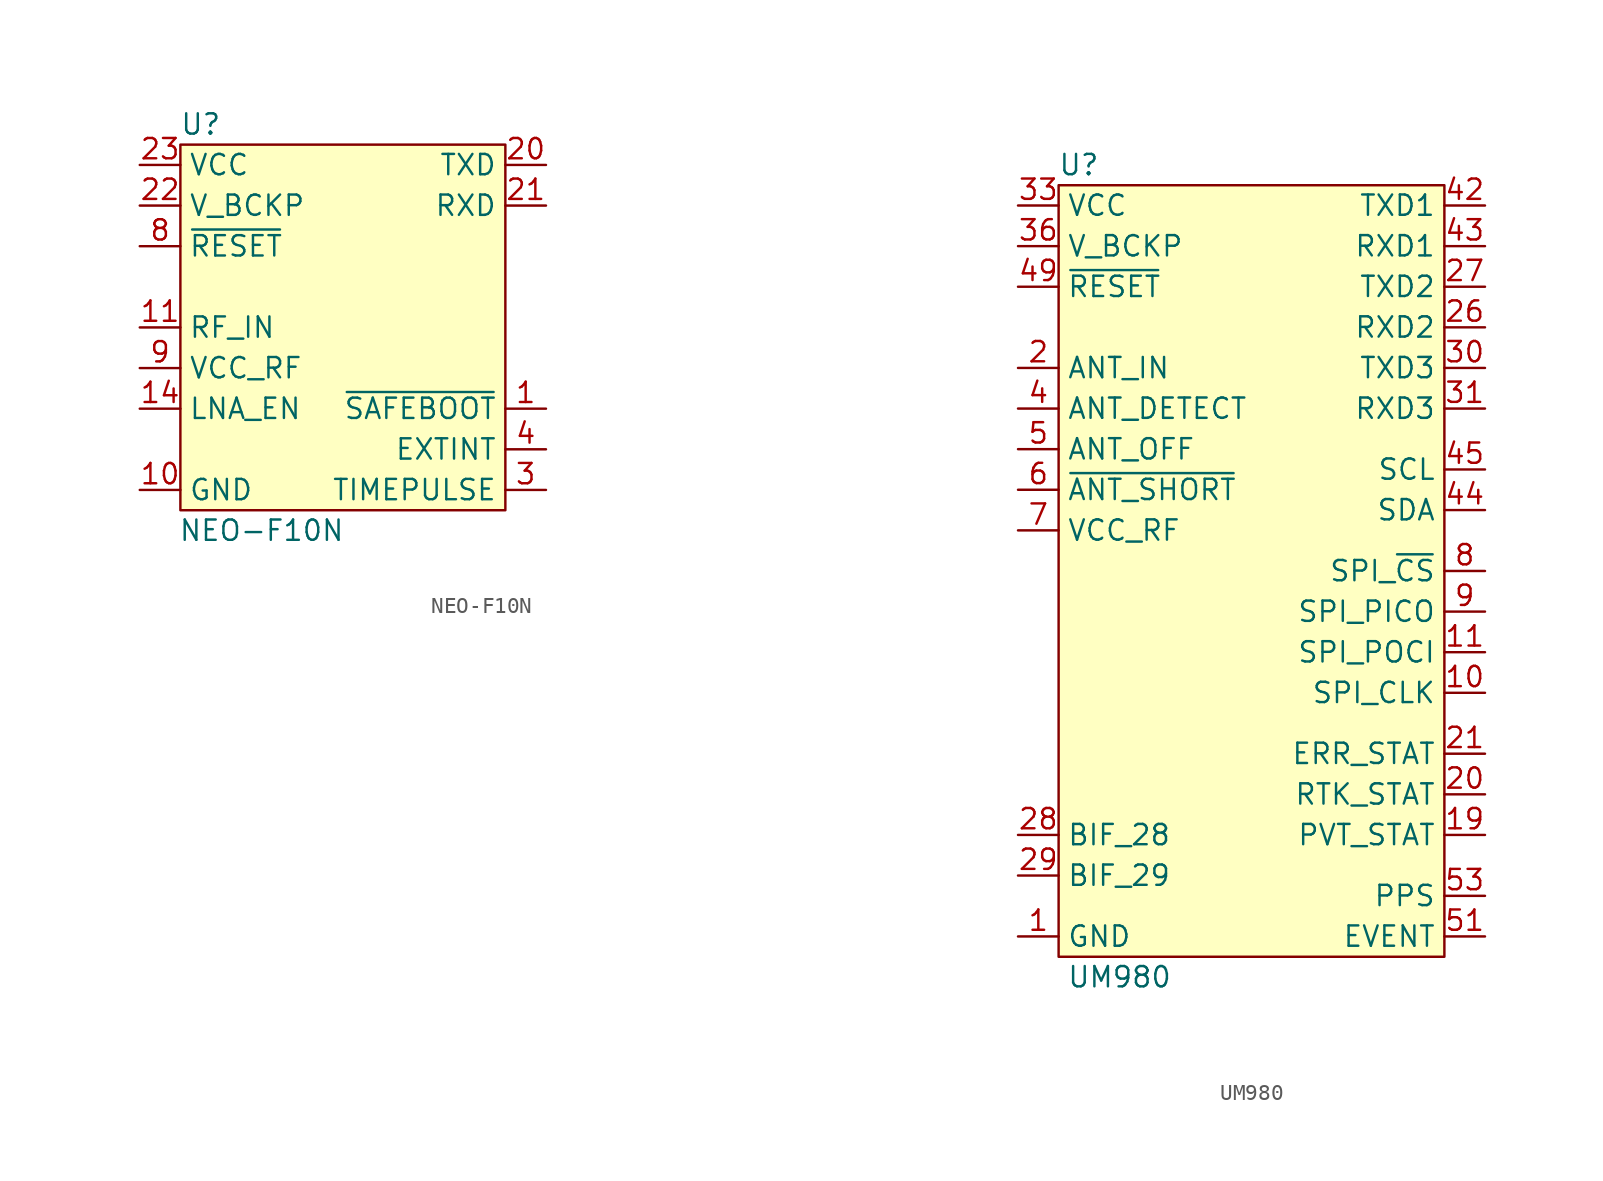
<source format=kicad_sym>
(kicad_symbol_lib
  (version 20241209)
  (generator "kicad_symbol_editor")
  (generator_version "9.0")
  (symbol "NEO-F10N"
    (property "Reference" "U"
      (at -8.89 12.7 0)
      (effects (font (size 1.27 1.27))))
    (property "Value" "NEO-F10N"
      (at -5.08 -12.7 0)
      (effects (font (size 1.27 1.27))))
    (symbol "NEO-F10N_1_0"
      (pin input line (at 12.7 -5.08 180) (length 2.54) (name "~{SAFEBOOT}" (effects (font (size 1.27 1.27)))) (number "1" (effects (font (size 1.27 1.27)))))
      (pin input line (at 12.7 -7.62 180) (length 2.54) (name "EXTINT" (effects (font (size 1.27 1.27)))) (number "4" (effects (font (size 1.27 1.27)))))
      (pin no_connect line (at 30.48 7.62 180) (length 2.54) (hide yes) (name "RESERVED" (effects (font (size 1.27 1.27)))) (number "5" (effects (font (size 1.27 1.27)))))
      (pin no_connect line (at 30.48 5.08 180) (length 2.54) (hide yes) (name "RESERVED" (effects (font (size 1.27 1.27)))) (number "6" (effects (font (size 1.27 1.27)))))
      (pin no_connect line (at 30.48 2.54 180) (length 2.54) (hide yes) (name "RESERVED" (effects (font (size 1.27 1.27)))) (number "7" (effects (font (size 1.27 1.27)))))
      (pin no_connect line (at 30.48 0 180) (length 2.54) (hide yes) (name "RESERVED" (effects (font (size 1.27 1.27)))) (number "15" (effects (font (size 1.27 1.27)))))
      (pin no_connect line (at 30.48 -2.54 180) (length 2.54) (hide yes) (name "RESERVED" (effects (font (size 1.27 1.27)))) (number "16" (effects (font (size 1.27 1.27)))))
      (pin no_connect line (at 30.48 -5.08 180) (length 2.54) (hide yes) (name "RESERVED" (effects (font (size 1.27 1.27)))) (number "17" (effects (font (size 1.27 1.27)))))
      (pin no_connect line (at 30.48 -7.62 180) (length 2.54) (hide yes) (name "RESERVED" (effects (font (size 1.27 1.27)))) (number "18" (effects (font (size 1.27 1.27)))))
      (pin no_connect line (at 30.48 -10.16 180) (length 2.54) (hide yes) (name "RESERVED" (effects (font (size 1.27 1.27)))) (number "19" (effects (font (size 1.27 1.27))))))
    (symbol "NEO-F10N_1_1"
      (rectangle (start -10.16 11.43) (end 10.16 -11.43) (stroke (width 0) (type default)) (fill (type background)))
      (pin power_in line (at -12.7 10.16 0) (length 2.54) (name "VCC" (effects (font (size 1.27 1.27)))) (number "23" (effects (font (size 1.27 1.27)))))
      (pin power_in line (at -12.7 7.62 0) (length 2.54) (name "V_BCKP" (effects (font (size 1.27 1.27)))) (number "22" (effects (font (size 1.27 1.27)))))
      (pin input line (at -12.7 5.08 0) (length 2.54) (name "~{RESET}" (effects (font (size 1.27 1.27)))) (number "8" (effects (font (size 1.27 1.27)))))
      (pin input line (at -12.7 0 0) (length 2.54) (name "RF_IN" (effects (font (size 1.27 1.27)))) (number "11" (effects (font (size 1.27 1.27)))))
      (pin power_out line (at -12.7 -2.54 0) (length 2.54) (name "VCC_RF" (effects (font (size 1.27 1.27)))) (number "9" (effects (font (size 1.27 1.27)))))
      (pin output line (at -12.7 -5.08 0) (length 2.54) (name "LNA_EN" (effects (font (size 1.27 1.27)))) (number "14" (effects (font (size 1.27 1.27)))))
      (pin power_in line (at -12.7 -10.16 0) (length 2.54) (name "GND" (effects (font (size 1.27 1.27)))) (number "10" (effects (font (size 1.27 1.27)))))
      (pin power_in line (at -12.7 -10.16 0) (length 2.54) (hide yes) (name "GND" (effects (font (size 1.27 1.27)))) (number "12" (effects (font (size 1.27 1.27)))))
      (pin power_in line (at -12.7 -10.16 0) (length 2.54) (hide yes) (name "GND" (effects (font (size 1.27 1.27)))) (number "13" (effects (font (size 1.27 1.27)))))
      (pin power_in line (at -12.7 -10.16 0) (length 2.54) (hide yes) (name "GND" (effects (font (size 1.27 1.27)))) (number "24" (effects (font (size 1.27 1.27)))))
      (pin output line (at 12.7 10.16 180) (length 2.54) (name "TXD" (effects (font (size 1.27 1.27)))) (number "20" (effects (font (size 1.27 1.27)))))
      (pin input line (at 12.7 7.62 180) (length 2.54) (name "RXD" (effects (font (size 1.27 1.27)))) (number "21" (effects (font (size 1.27 1.27)))))
      (pin output line (at 12.7 -10.16 180) (length 2.54) (name "TIMEPULSE" (effects (font (size 1.27 1.27)))) (number "3" (effects (font (size 1.27 1.27)))))
      (pin no_connect line (at 30.48 10.16 180) (length 2.54) (hide yes) (name "RESERVED" (effects (font (size 1.27 1.27)))) (number "2" (effects (font (size 1.27 1.27)))))))
  (symbol "UM980"
    (property "Reference" "U"
      (at -11.43 24.13 0)
      (effects (font (size 1.27 1.27))))
    (property "Value" "UM980"
      (at -8.89 -26.67 0)
      (effects (font (size 1.27 1.27))))
    (symbol "UM980_1_1"
      (rectangle (start -12.7 22.86) (end 11.43 -25.4) (stroke (width 0) (type default)) (fill (type background)))
      (pin power_in line (at -15.24 21.59 0) (length 2.54) (name "VCC" (effects (font (size 1.27 1.27)))) (number "33" (effects (font (size 1.27 1.27)))))
      (pin power_in line (at -15.24 21.59 0) (length 2.54) (hide yes) (name "VCC" (effects (font (size 1.27 1.27)))) (number "34" (effects (font (size 1.27 1.27)))))
      (pin power_in line (at -15.24 19.05 0) (length 2.54) (name "V_BCKP" (effects (font (size 1.27 1.27)))) (number "36" (effects (font (size 1.27 1.27)))))
      (pin bidirectional line (at -15.24 16.51 0) (length 2.54) (name "~{RESET}" (effects (font (size 1.27 1.27)))) (number "49" (effects (font (size 1.27 1.27)))))
      (pin input line (at -15.24 11.43 0) (length 2.54) (name "ANT_IN" (effects (font (size 1.27 1.27)))) (number "2" (effects (font (size 1.27 1.27)))))
      (pin input line (at -15.24 8.89 0) (length 2.54) (name "ANT_DETECT" (effects (font (size 1.27 1.27)))) (number "4" (effects (font (size 1.27 1.27)))))
      (pin output line (at -15.24 6.35 0) (length 2.54) (name "ANT_OFF" (effects (font (size 1.27 1.27)))) (number "5" (effects (font (size 1.27 1.27)))))
      (pin input line (at -15.24 3.81 0) (length 2.54) (name "~{ANT_SHORT}" (effects (font (size 1.27 1.27)))) (number "6" (effects (font (size 1.27 1.27)))))
      (pin power_out line (at -15.24 1.27 0) (length 2.54) (name "VCC_RF" (effects (font (size 1.27 1.27)))) (number "7" (effects (font (size 1.27 1.27)))))
      (pin output line (at -15.24 -17.78 0) (length 2.54) (name "BIF_28" (effects (font (size 1.27 1.27)))) (number "28" (effects (font (size 1.27 1.27)))))
      (pin output line (at -15.24 -20.32 0) (length 2.54) (name "BIF_29" (effects (font (size 1.27 1.27)))) (number "29" (effects (font (size 1.27 1.27)))))
      (pin power_in line (at -15.24 -24.13 0) (length 2.54) (name "GND" (effects (font (size 1.27 1.27)))) (number "1" (effects (font (size 1.27 1.27)))))
      (pin power_in line (at -15.24 -24.13 0) (length 2.54) (hide yes) (name "GND" (effects (font (size 1.27 1.27)))) (number "100" (effects (font (size 1.27 1.27)))))
      (pin power_in line (at -15.24 -24.13 0) (length 2.54) (hide yes) (name "GND" (effects (font (size 1.27 1.27)))) (number "101" (effects (font (size 1.27 1.27)))))
      (pin power_in line (at -15.24 -24.13 0) (length 2.54) (hide yes) (name "GND" (effects (font (size 1.27 1.27)))) (number "102" (effects (font (size 1.27 1.27)))))
      (pin power_in line (at -15.24 -24.13 0) (length 2.54) (hide yes) (name "GND" (effects (font (size 1.27 1.27)))) (number "12" (effects (font (size 1.27 1.27)))))
      (pin power_in line (at -15.24 -24.13 0) (length 2.54) (hide yes) (name "GND" (effects (font (size 1.27 1.27)))) (number "14" (effects (font (size 1.27 1.27)))))
      (pin power_in line (at -15.24 -24.13 0) (length 2.54) (hide yes) (name "GND" (effects (font (size 1.27 1.27)))) (number "3" (effects (font (size 1.27 1.27)))))
      (pin power_in line (at -15.24 -24.13 0) (length 2.54) (hide yes) (name "GND" (effects (font (size 1.27 1.27)))) (number "32" (effects (font (size 1.27 1.27)))))
      (pin power_in line (at -15.24 -24.13 0) (length 2.54) (hide yes) (name "GND" (effects (font (size 1.27 1.27)))) (number "37" (effects (font (size 1.27 1.27)))))
      (pin power_in line (at -15.24 -24.13 0) (length 2.54) (hide yes) (name "GND" (effects (font (size 1.27 1.27)))) (number "41" (effects (font (size 1.27 1.27)))))
      (pin power_in line (at -15.24 -24.13 0) (length 2.54) (hide yes) (name "GND" (effects (font (size 1.27 1.27)))) (number "48" (effects (font (size 1.27 1.27)))))
      (pin power_in line (at -15.24 -24.13 0) (length 2.54) (hide yes) (name "GND" (effects (font (size 1.27 1.27)))) (number "55" (effects (font (size 1.27 1.27)))))
      (pin power_in line (at -15.24 -24.13 0) (length 2.54) (hide yes) (name "GND" (effects (font (size 1.27 1.27)))) (number "56" (effects (font (size 1.27 1.27)))))
      (pin power_in line (at -15.24 -24.13 0) (length 2.54) (hide yes) (name "GND" (effects (font (size 1.27 1.27)))) (number "57" (effects (font (size 1.27 1.27)))))
      (pin power_in line (at -15.24 -24.13 0) (length 2.54) (hide yes) (name "GND" (effects (font (size 1.27 1.27)))) (number "58" (effects (font (size 1.27 1.27)))))
      (pin power_in line (at -15.24 -24.13 0) (length 2.54) (hide yes) (name "GND" (effects (font (size 1.27 1.27)))) (number "59" (effects (font (size 1.27 1.27)))))
      (pin power_in line (at -15.24 -24.13 0) (length 2.54) (hide yes) (name "GND" (effects (font (size 1.27 1.27)))) (number "60" (effects (font (size 1.27 1.27)))))
      (pin power_in line (at -15.24 -24.13 0) (length 2.54) (hide yes) (name "GND" (effects (font (size 1.27 1.27)))) (number "61" (effects (font (size 1.27 1.27)))))
      (pin power_in line (at -15.24 -24.13 0) (length 2.54) (hide yes) (name "GND" (effects (font (size 1.27 1.27)))) (number "62" (effects (font (size 1.27 1.27)))))
      (pin power_in line (at -15.24 -24.13 0) (length 2.54) (hide yes) (name "GND" (effects (font (size 1.27 1.27)))) (number "63" (effects (font (size 1.27 1.27)))))
      (pin power_in line (at -15.24 -24.13 0) (length 2.54) (hide yes) (name "GND" (effects (font (size 1.27 1.27)))) (number "64" (effects (font (size 1.27 1.27)))))
      (pin power_in line (at -15.24 -24.13 0) (length 2.54) (hide yes) (name "GND" (effects (font (size 1.27 1.27)))) (number "65" (effects (font (size 1.27 1.27)))))
      (pin power_in line (at -15.24 -24.13 0) (length 2.54) (hide yes) (name "GND" (effects (font (size 1.27 1.27)))) (number "66" (effects (font (size 1.27 1.27)))))
      (pin power_in line (at -15.24 -24.13 0) (length 2.54) (hide yes) (name "GND" (effects (font (size 1.27 1.27)))) (number "67" (effects (font (size 1.27 1.27)))))
      (pin power_in line (at -15.24 -24.13 0) (length 2.54) (hide yes) (name "GND" (effects (font (size 1.27 1.27)))) (number "68" (effects (font (size 1.27 1.27)))))
      (pin power_in line (at -15.24 -24.13 0) (length 2.54) (hide yes) (name "GND" (effects (font (size 1.27 1.27)))) (number "69" (effects (font (size 1.27 1.27)))))
      (pin power_in line (at -15.24 -24.13 0) (length 2.54) (hide yes) (name "GND" (effects (font (size 1.27 1.27)))) (number "70" (effects (font (size 1.27 1.27)))))
      (pin power_in line (at -15.24 -24.13 0) (length 2.54) (hide yes) (name "GND" (effects (font (size 1.27 1.27)))) (number "71" (effects (font (size 1.27 1.27)))))
      (pin power_in line (at -15.24 -24.13 0) (length 2.54) (hide yes) (name "GND" (effects (font (size 1.27 1.27)))) (number "72" (effects (font (size 1.27 1.27)))))
      (pin power_in line (at -15.24 -24.13 0) (length 2.54) (hide yes) (name "GND" (effects (font (size 1.27 1.27)))) (number "73" (effects (font (size 1.27 1.27)))))
      (pin power_in line (at -15.24 -24.13 0) (length 2.54) (hide yes) (name "GND" (effects (font (size 1.27 1.27)))) (number "74" (effects (font (size 1.27 1.27)))))
      (pin power_in line (at -15.24 -24.13 0) (length 2.54) (hide yes) (name "GND" (effects (font (size 1.27 1.27)))) (number "75" (effects (font (size 1.27 1.27)))))
      (pin power_in line (at -15.24 -24.13 0) (length 2.54) (hide yes) (name "GND" (effects (font (size 1.27 1.27)))) (number "76" (effects (font (size 1.27 1.27)))))
      (pin power_in line (at -15.24 -24.13 0) (length 2.54) (hide yes) (name "GND" (effects (font (size 1.27 1.27)))) (number "77" (effects (font (size 1.27 1.27)))))
      (pin power_in line (at -15.24 -24.13 0) (length 2.54) (hide yes) (name "GND" (effects (font (size 1.27 1.27)))) (number "78" (effects (font (size 1.27 1.27)))))
      (pin power_in line (at -15.24 -24.13 0) (length 2.54) (hide yes) (name "GND" (effects (font (size 1.27 1.27)))) (number "79" (effects (font (size 1.27 1.27)))))
      (pin power_in line (at -15.24 -24.13 0) (length 2.54) (hide yes) (name "GND" (effects (font (size 1.27 1.27)))) (number "80" (effects (font (size 1.27 1.27)))))
      (pin power_in line (at -15.24 -24.13 0) (length 2.54) (hide yes) (name "GND" (effects (font (size 1.27 1.27)))) (number "81" (effects (font (size 1.27 1.27)))))
      (pin power_in line (at -15.24 -24.13 0) (length 2.54) (hide yes) (name "GND" (effects (font (size 1.27 1.27)))) (number "82" (effects (font (size 1.27 1.27)))))
      (pin power_in line (at -15.24 -24.13 0) (length 2.54) (hide yes) (name "GND" (effects (font (size 1.27 1.27)))) (number "83" (effects (font (size 1.27 1.27)))))
      (pin power_in line (at -15.24 -24.13 0) (length 2.54) (hide yes) (name "GND" (effects (font (size 1.27 1.27)))) (number "84" (effects (font (size 1.27 1.27)))))
      (pin power_in line (at -15.24 -24.13 0) (length 2.54) (hide yes) (name "GND" (effects (font (size 1.27 1.27)))) (number "85" (effects (font (size 1.27 1.27)))))
      (pin power_in line (at -15.24 -24.13 0) (length 2.54) (hide yes) (name "GND" (effects (font (size 1.27 1.27)))) (number "86" (effects (font (size 1.27 1.27)))))
      (pin power_in line (at -15.24 -24.13 0) (length 2.54) (hide yes) (name "GND" (effects (font (size 1.27 1.27)))) (number "87" (effects (font (size 1.27 1.27)))))
      (pin power_in line (at -15.24 -24.13 0) (length 2.54) (hide yes) (name "GND" (effects (font (size 1.27 1.27)))) (number "88" (effects (font (size 1.27 1.27)))))
      (pin power_in line (at -15.24 -24.13 0) (length 2.54) (hide yes) (name "GND" (effects (font (size 1.27 1.27)))) (number "89" (effects (font (size 1.27 1.27)))))
      (pin power_in line (at -15.24 -24.13 0) (length 2.54) (hide yes) (name "GND" (effects (font (size 1.27 1.27)))) (number "90" (effects (font (size 1.27 1.27)))))
      (pin power_in line (at -15.24 -24.13 0) (length 2.54) (hide yes) (name "GND" (effects (font (size 1.27 1.27)))) (number "91" (effects (font (size 1.27 1.27)))))
      (pin power_in line (at -15.24 -24.13 0) (length 2.54) (hide yes) (name "GND" (effects (font (size 1.27 1.27)))) (number "92" (effects (font (size 1.27 1.27)))))
      (pin power_in line (at -15.24 -24.13 0) (length 2.54) (hide yes) (name "GND" (effects (font (size 1.27 1.27)))) (number "93" (effects (font (size 1.27 1.27)))))
      (pin power_in line (at -15.24 -24.13 0) (length 2.54) (hide yes) (name "GND" (effects (font (size 1.27 1.27)))) (number "94" (effects (font (size 1.27 1.27)))))
      (pin power_in line (at -15.24 -24.13 0) (length 2.54) (hide yes) (name "GND" (effects (font (size 1.27 1.27)))) (number "95" (effects (font (size 1.27 1.27)))))
      (pin power_in line (at -15.24 -24.13 0) (length 2.54) (hide yes) (name "GND" (effects (font (size 1.27 1.27)))) (number "96" (effects (font (size 1.27 1.27)))))
      (pin power_in line (at -15.24 -24.13 0) (length 2.54) (hide yes) (name "GND" (effects (font (size 1.27 1.27)))) (number "97" (effects (font (size 1.27 1.27)))))
      (pin power_in line (at -15.24 -24.13 0) (length 2.54) (hide yes) (name "GND" (effects (font (size 1.27 1.27)))) (number "98" (effects (font (size 1.27 1.27)))))
      (pin power_in line (at -15.24 -24.13 0) (length 2.54) (hide yes) (name "GND" (effects (font (size 1.27 1.27)))) (number "99" (effects (font (size 1.27 1.27)))))
      (pin no_connect line (at -12.7 -7.62 0) (length 2.54) (hide yes) (name "NC" (effects (font (size 1.27 1.27)))) (number "13" (effects (font (size 1.27 1.27)))))
      (pin no_connect line (at -12.7 -7.62 0) (length 2.54) (hide yes) (name "NC" (effects (font (size 1.27 1.27)))) (number "15" (effects (font (size 1.27 1.27)))))
      (pin no_connect line (at -12.7 -7.62 0) (length 2.54) (hide yes) (name "NC" (effects (font (size 1.27 1.27)))) (number "16" (effects (font (size 1.27 1.27)))))
      (pin no_connect line (at -12.7 -7.62 0) (length 2.54) (hide yes) (name "NC" (effects (font (size 1.27 1.27)))) (number "17" (effects (font (size 1.27 1.27)))))
      (pin no_connect line (at -12.7 -7.62 0) (length 2.54) (hide yes) (name "NC" (effects (font (size 1.27 1.27)))) (number "18" (effects (font (size 1.27 1.27)))))
      (pin no_connect line (at -12.7 -7.62 0) (length 2.54) (hide yes) (name "NC" (effects (font (size 1.27 1.27)))) (number "22" (effects (font (size 1.27 1.27)))))
      (pin no_connect line (at -12.7 -7.62 0) (length 2.54) (hide yes) (name "NC" (effects (font (size 1.27 1.27)))) (number "23" (effects (font (size 1.27 1.27)))))
      (pin no_connect line (at -12.7 -7.62 0) (length 2.54) (hide yes) (name "NC" (effects (font (size 1.27 1.27)))) (number "24" (effects (font (size 1.27 1.27)))))
      (pin no_connect line (at -12.7 -7.62 0) (length 2.54) (hide yes) (name "NC" (effects (font (size 1.27 1.27)))) (number "25" (effects (font (size 1.27 1.27)))))
      (pin no_connect line (at -12.7 -7.62 0) (length 2.54) (hide yes) (name "NC" (effects (font (size 1.27 1.27)))) (number "35" (effects (font (size 1.27 1.27)))))
      (pin no_connect line (at -12.7 -7.62 0) (length 2.54) (hide yes) (name "NC" (effects (font (size 1.27 1.27)))) (number "38" (effects (font (size 1.27 1.27)))))
      (pin no_connect line (at -12.7 -7.62 0) (length 2.54) (hide yes) (name "NC" (effects (font (size 1.27 1.27)))) (number "39" (effects (font (size 1.27 1.27)))))
      (pin no_connect line (at -12.7 -7.62 0) (length 2.54) (hide yes) (name "NC" (effects (font (size 1.27 1.27)))) (number "40" (effects (font (size 1.27 1.27)))))
      (pin no_connect line (at -12.7 -7.62 0) (length 2.54) (hide yes) (name "NC" (effects (font (size 1.27 1.27)))) (number "46" (effects (font (size 1.27 1.27)))))
      (pin no_connect line (at -12.7 -7.62 0) (length 2.54) (hide yes) (name "NC" (effects (font (size 1.27 1.27)))) (number "47" (effects (font (size 1.27 1.27)))))
      (pin no_connect line (at -12.7 -7.62 0) (length 2.54) (hide yes) (name "NC" (effects (font (size 1.27 1.27)))) (number "50" (effects (font (size 1.27 1.27)))))
      (pin no_connect line (at -12.7 -7.62 0) (length 2.54) (hide yes) (name "NC" (effects (font (size 1.27 1.27)))) (number "52" (effects (font (size 1.27 1.27)))))
      (pin no_connect line (at -12.7 -7.62 0) (length 2.54) (hide yes) (name "NC" (effects (font (size 1.27 1.27)))) (number "54" (effects (font (size 1.27 1.27)))))
      (pin output line (at 13.97 21.59 180) (length 2.54) (name "TXD1" (effects (font (size 1.27 1.27)))) (number "42" (effects (font (size 1.27 1.27)))))
      (pin input line (at 13.97 19.05 180) (length 2.54) (name "RXD1" (effects (font (size 1.27 1.27)))) (number "43" (effects (font (size 1.27 1.27)))))
      (pin output line (at 13.97 16.51 180) (length 2.54) (name "TXD2" (effects (font (size 1.27 1.27)))) (number "27" (effects (font (size 1.27 1.27)))))
      (pin input line (at 13.97 13.97 180) (length 2.54) (name "RXD2" (effects (font (size 1.27 1.27)))) (number "26" (effects (font (size 1.27 1.27)))))
      (pin output line (at 13.97 11.43 180) (length 2.54) (name "TXD3" (effects (font (size 1.27 1.27)))) (number "30" (effects (font (size 1.27 1.27)))))
      (pin input line (at 13.97 8.89 180) (length 2.54) (name "RXD3" (effects (font (size 1.27 1.27)))) (number "31" (effects (font (size 1.27 1.27)))))
      (pin bidirectional line (at 13.97 5.08 180) (length 2.54) (name "SCL" (effects (font (size 1.27 1.27)))) (number "45" (effects (font (size 1.27 1.27)))))
      (pin bidirectional line (at 13.97 2.54 180) (length 2.54) (name "SDA" (effects (font (size 1.27 1.27)))) (number "44" (effects (font (size 1.27 1.27)))))
      (pin input line (at 13.97 -1.27 180) (length 2.54) (name "SPI_~{CS}" (effects (font (size 1.27 1.27)))) (number "8" (effects (font (size 1.27 1.27)))))
      (pin input line (at 13.97 -3.81 180) (length 2.54) (name "SPI_PICO" (effects (font (size 1.27 1.27)))) (number "9" (effects (font (size 1.27 1.27)))))
      (pin output line (at 13.97 -6.35 180) (length 2.54) (name "SPI_POCI" (effects (font (size 1.27 1.27)))) (number "11" (effects (font (size 1.27 1.27)))))
      (pin input line (at 13.97 -8.89 180) (length 2.54) (name "SPI_CLK" (effects (font (size 1.27 1.27)))) (number "10" (effects (font (size 1.27 1.27)))))
      (pin output line (at 13.97 -12.7 180) (length 2.54) (name "ERR_STAT" (effects (font (size 1.27 1.27)))) (number "21" (effects (font (size 1.27 1.27)))))
      (pin output line (at 13.97 -15.24 180) (length 2.54) (name "RTK_STAT" (effects (font (size 1.27 1.27)))) (number "20" (effects (font (size 1.27 1.27)))))
      (pin output line (at 13.97 -17.78 180) (length 2.54) (name "PVT_STAT" (effects (font (size 1.27 1.27)))) (number "19" (effects (font (size 1.27 1.27)))))
      (pin output line (at 13.97 -21.59 180) (length 2.54) (name "PPS" (effects (font (size 1.27 1.27)))) (number "53" (effects (font (size 1.27 1.27)))))
      (pin input line (at 13.97 -24.13 180) (length 2.54) (name "EVENT" (effects (font (size 1.27 1.27)))) (number "51" (effects (font (size 1.27 1.27))))))))
</source>
